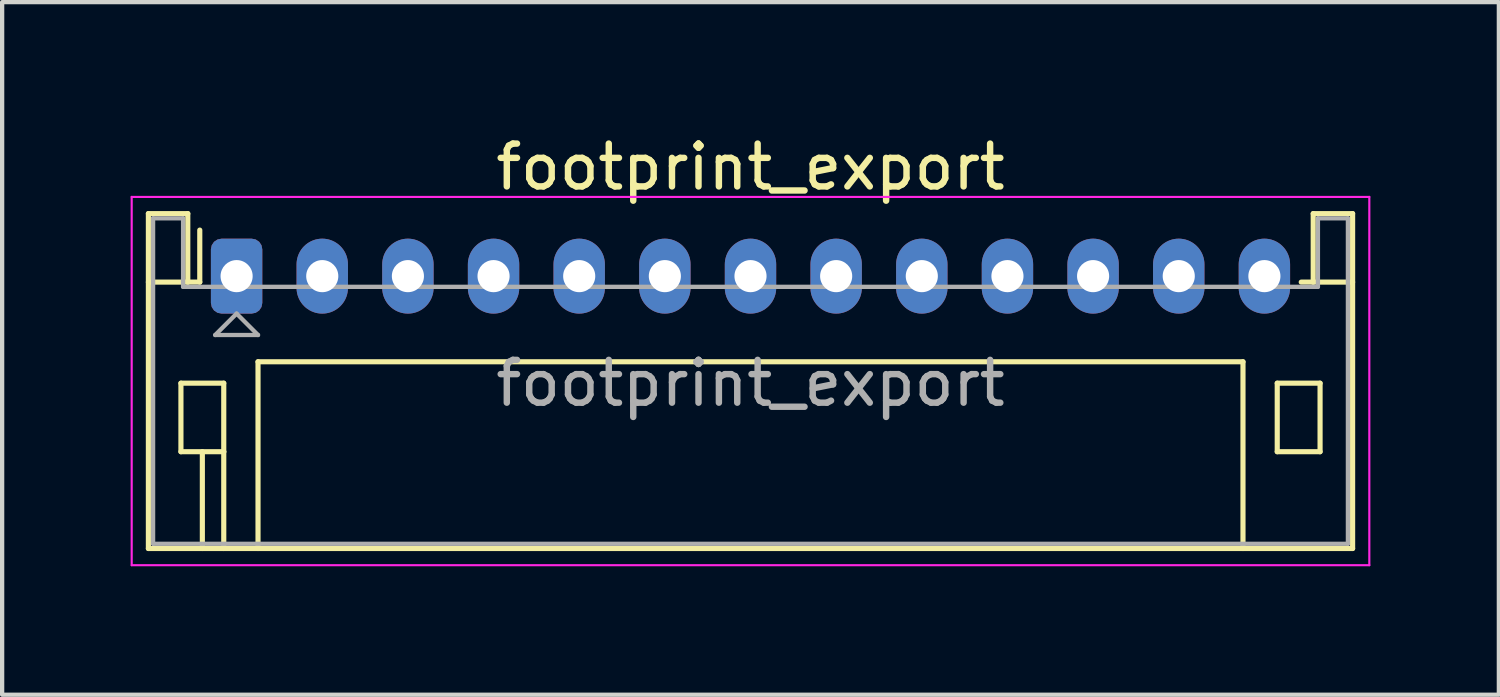
<source format=kicad_pcb>
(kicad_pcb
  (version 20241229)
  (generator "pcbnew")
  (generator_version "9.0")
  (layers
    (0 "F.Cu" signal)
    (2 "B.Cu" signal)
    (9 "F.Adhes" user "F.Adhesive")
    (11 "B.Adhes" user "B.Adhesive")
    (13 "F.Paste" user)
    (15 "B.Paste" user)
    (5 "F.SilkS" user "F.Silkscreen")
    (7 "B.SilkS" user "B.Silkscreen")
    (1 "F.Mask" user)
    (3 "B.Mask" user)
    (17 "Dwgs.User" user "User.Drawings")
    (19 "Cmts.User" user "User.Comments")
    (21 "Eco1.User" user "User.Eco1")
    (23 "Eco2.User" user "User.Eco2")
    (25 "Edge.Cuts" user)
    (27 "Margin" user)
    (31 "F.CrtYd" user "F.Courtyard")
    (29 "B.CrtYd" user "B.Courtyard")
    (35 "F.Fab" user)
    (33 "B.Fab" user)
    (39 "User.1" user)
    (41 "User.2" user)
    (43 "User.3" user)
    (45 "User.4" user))
  (footprint "footprint_export"
    (layer "F.Cu")
    (at 2.475 3.398)
    (property "Reference" "footprint_export" (at 12 -2.55 0) (layer "F.SilkS") (effects (font (size 1 1) (thickness 0.15))))
    (attr through_hole)
    (fp_line (start -2.06 -1.46) (end -2.06 6.36) (stroke (width 0.12) (type solid)) (layer "F.SilkS"))
    (fp_line (start -2.06 0.14) (end -1.14 0.14) (stroke (width 0.12) (type solid)) (layer "F.SilkS"))
    (fp_line (start -2.06 6.36) (end 26.06 6.36) (stroke (width 0.12) (type solid)) (layer "F.SilkS"))
    (fp_line (start -1.3 2.5) (end -1.3 4.1) (stroke (width 0.12) (type solid)) (layer "F.SilkS"))
    (fp_line (start -1.3 4.1) (end -0.3 4.1) (stroke (width 0.12) (type solid)) (layer "F.SilkS"))
    (fp_line (start -1.14 -1.46) (end -2.06 -1.46) (stroke (width 0.12) (type solid)) (layer "F.SilkS"))
    (fp_line (start -1.14 0.14) (end -1.14 -1.46) (stroke (width 0.12) (type solid)) (layer "F.SilkS"))
    (fp_line (start -0.86 0.14) (end -1.14 0.14) (stroke (width 0.12) (type solid)) (layer "F.SilkS"))
    (fp_line (start -0.86 0.14) (end -0.86 -1.075) (stroke (width 0.12) (type solid)) (layer "F.SilkS"))
    (fp_line (start -0.8 4.1) (end -0.8 6.36) (stroke (width 0.12) (type solid)) (layer "F.SilkS"))
    (fp_line (start -0.3 2.5) (end -1.3 2.5) (stroke (width 0.12) (type solid)) (layer "F.SilkS"))
    (fp_line (start -0.3 4.1) (end -0.3 2.5) (stroke (width 0.12) (type solid)) (layer "F.SilkS"))
    (fp_line (start -0.3 4.1) (end -0.3 6.36) (stroke (width 0.12) (type solid)) (layer "F.SilkS"))
    (fp_line (start 0.5 2) (end 23.5 2) (stroke (width 0.12) (type solid)) (layer "F.SilkS"))
    (fp_line (start 0.5 6.36) (end 0.5 2) (stroke (width 0.12) (type solid)) (layer "F.SilkS"))
    (fp_line (start 23.5 2) (end 23.5 6.36) (stroke (width 0.12) (type solid)) (layer "F.SilkS"))
    (fp_line (start 24.3 2.5) (end 25.3 2.5) (stroke (width 0.12) (type solid)) (layer "F.SilkS"))
    (fp_line (start 24.3 4.1) (end 24.3 2.5) (stroke (width 0.12) (type solid)) (layer "F.SilkS"))
    (fp_line (start 25.14 -1.46) (end 25.14 0.14) (stroke (width 0.12) (type solid)) (layer "F.SilkS"))
    (fp_line (start 25.14 0.14) (end 24.86 0.14) (stroke (width 0.12) (type solid)) (layer "F.SilkS"))
    (fp_line (start 25.3 2.5) (end 25.3 4.1) (stroke (width 0.12) (type solid)) (layer "F.SilkS"))
    (fp_line (start 25.3 4.1) (end 24.3 4.1) (stroke (width 0.12) (type solid)) (layer "F.SilkS"))
    (fp_line (start 26.06 -1.46) (end 25.14 -1.46) (stroke (width 0.12) (type solid)) (layer "F.SilkS"))
    (fp_line (start 26.06 0.14) (end 25.14 0.14) (stroke (width 0.12) (type solid)) (layer "F.SilkS"))
    (fp_line (start 26.06 6.36) (end 26.06 -1.46) (stroke (width 0.12) (type solid)) (layer "F.SilkS"))
    (fp_line (start -2.45 -1.85) (end -2.45 6.75) (stroke (width 0.05) (type solid)) (layer "F.CrtYd"))
    (fp_line (start -2.45 6.75) (end 26.45 6.75) (stroke (width 0.05) (type solid)) (layer "F.CrtYd"))
    (fp_line (start 26.45 -1.85) (end -2.45 -1.85) (stroke (width 0.05) (type solid)) (layer "F.CrtYd"))
    (fp_line (start 26.45 6.75) (end 26.45 -1.85) (stroke (width 0.05) (type solid)) (layer "F.CrtYd"))
    (fp_line (start -1.95 -1.35) (end -1.95 6.25) (stroke (width 0.1) (type solid)) (layer "F.Fab"))
    (fp_line (start -1.95 6.25) (end 25.95 6.25) (stroke (width 0.1) (type solid)) (layer "F.Fab"))
    (fp_line (start -1.25 -1.35) (end -1.95 -1.35) (stroke (width 0.1) (type solid)) (layer "F.Fab"))
    (fp_line (start -1.25 0.25) (end -1.25 -1.35) (stroke (width 0.1) (type solid)) (layer "F.Fab"))
    (fp_line (start -0.5 1.375) (end 0.5 1.375) (stroke (width 0.1) (type solid)) (layer "F.Fab"))
    (fp_line (start 0 0.875) (end -0.5 1.375) (stroke (width 0.1) (type solid)) (layer "F.Fab"))
    (fp_line (start 0.5 1.375) (end 0 0.875) (stroke (width 0.1) (type solid)) (layer "F.Fab"))
    (fp_line (start 25.25 -1.35) (end 25.25 0.25) (stroke (width 0.1) (type solid)) (layer "F.Fab"))
    (fp_line (start 25.25 0.25) (end -1.25 0.25) (stroke (width 0.1) (type solid)) (layer "F.Fab"))
    (fp_line (start 25.95 -1.35) (end 25.25 -1.35) (stroke (width 0.1) (type solid)) (layer "F.Fab"))
    (fp_line (start 25.95 6.25) (end 25.95 -1.35) (stroke (width 0.1) (type solid)) (layer "F.Fab"))
    (fp_text user "${REFERENCE}" (at 12 2.5 0) (layer "F.Fab") (effects (font (size 1 1) (thickness 0.15))))
    (pad "1" thru_hole roundrect (at 0 0) (size 1.2 1.75) (drill 0.75) (layers "*.Cu" "*.Mask") (roundrect_rratio 0.208))
    (pad "2" thru_hole oval (at 2 0) (size 1.2 1.75) (drill 0.75) (layers "*.Cu" "*.Mask"))
    (pad "3" thru_hole oval (at 4 0) (size 1.2 1.75) (drill 0.75) (layers "*.Cu" "*.Mask"))
    (pad "4" thru_hole oval (at 6 0) (size 1.2 1.75) (drill 0.75) (layers "*.Cu" "*.Mask"))
    (pad "5" thru_hole oval (at 8 0) (size 1.2 1.75) (drill 0.75) (layers "*.Cu" "*.Mask"))
    (pad "6" thru_hole oval (at 10 0) (size 1.2 1.75) (drill 0.75) (layers "*.Cu" "*.Mask"))
    (pad "7" thru_hole oval (at 12 0) (size 1.2 1.75) (drill 0.75) (layers "*.Cu" "*.Mask"))
    (pad "8" thru_hole oval (at 14 0) (size 1.2 1.75) (drill 0.75) (layers "*.Cu" "*.Mask"))
    (pad "9" thru_hole oval (at 16 0) (size 1.2 1.75) (drill 0.75) (layers "*.Cu" "*.Mask"))
    (pad "10" thru_hole oval (at 18 0) (size 1.2 1.75) (drill 0.75) (layers "*.Cu" "*.Mask"))
    (pad "11" thru_hole oval (at 20 0) (size 1.2 1.75) (drill 0.75) (layers "*.Cu" "*.Mask"))
    (pad "12" thru_hole oval (at 22 0) (size 1.2 1.75) (drill 0.75) (layers "*.Cu" "*.Mask"))
    (pad "13" thru_hole oval (at 24 0) (size 1.2 1.75) (drill 0.75) (layers "*.Cu" "*.Mask")))
  (gr_rect
    (start -3 -3)
    (end 31.95 13.173)
    (stroke (width 0.1) (type default))
    (fill no)
    (layer "Edge.Cuts")))
</source>
